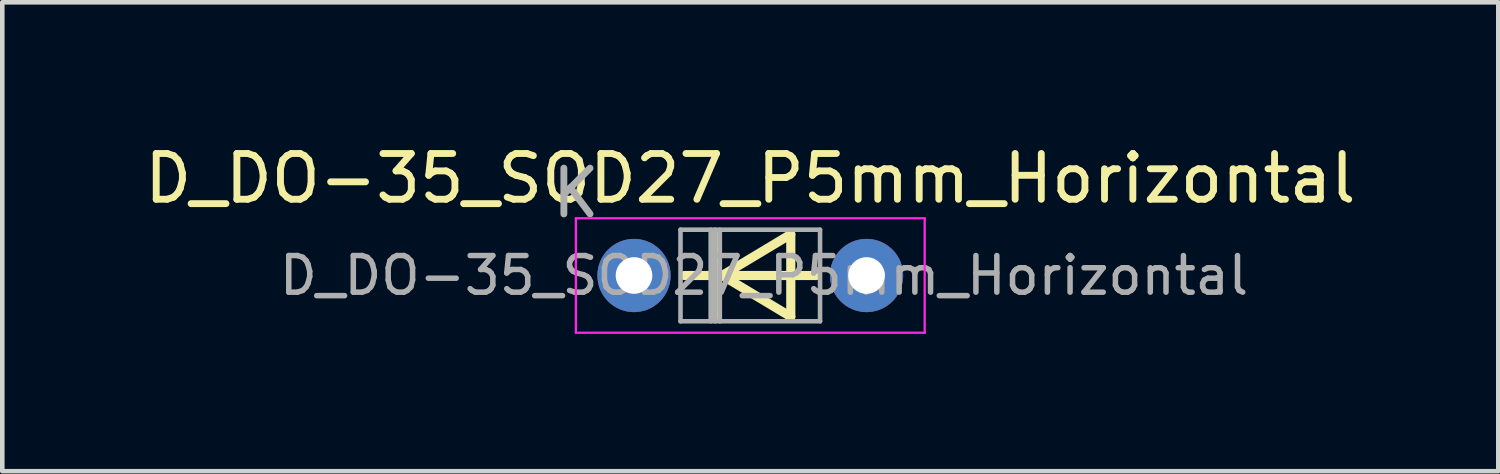
<source format=kicad_pcb>
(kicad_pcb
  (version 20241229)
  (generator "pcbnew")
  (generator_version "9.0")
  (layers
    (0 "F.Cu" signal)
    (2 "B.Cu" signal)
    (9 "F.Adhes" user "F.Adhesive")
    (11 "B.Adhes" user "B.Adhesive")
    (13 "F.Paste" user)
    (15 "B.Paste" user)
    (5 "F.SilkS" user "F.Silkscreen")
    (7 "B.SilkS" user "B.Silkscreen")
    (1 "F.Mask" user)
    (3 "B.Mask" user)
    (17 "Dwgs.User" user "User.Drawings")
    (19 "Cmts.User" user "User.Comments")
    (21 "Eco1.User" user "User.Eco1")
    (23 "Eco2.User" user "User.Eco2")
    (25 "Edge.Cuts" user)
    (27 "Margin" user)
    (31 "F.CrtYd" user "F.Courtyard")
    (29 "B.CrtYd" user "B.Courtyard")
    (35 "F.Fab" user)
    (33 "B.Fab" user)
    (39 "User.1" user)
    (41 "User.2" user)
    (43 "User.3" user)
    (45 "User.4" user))
  (footprint "D_DO-35_SOD27_P5mm_Horizontal"
    (layer "F.Cu")
    (at 10.799 2.968)
    (property "Reference" "D_DO-35_SOD27_P5mm_Horizontal" (at 2.54 -2.12 0) (layer "F.SilkS") (effects (font (size 1 1) (thickness 0.15))))
    (attr through_hole)
    (fp_line (start 1.775 -0.9) (end 1.775 0.9) (stroke (width 0.2) (type solid)) (layer "F.SilkS"))
    (fp_line (start 3.425 -0.9) (end 1.925 0) (stroke (width 0.2) (type solid)) (layer "F.SilkS"))
    (fp_line (start 3.425 0.9) (end 1.925 0) (stroke (width 0.2) (type solid)) (layer "F.SilkS"))
    (fp_line (start 3.425 0.9) (end 3.425 -0.9) (stroke (width 0.2) (type solid)) (layer "F.SilkS"))
    (fp_line (start 3.98 0) (end 1.1 0) (stroke (width 0.2) (type solid)) (layer "F.SilkS"))
    (fp_line (start -1.27 -1.25) (end -1.27 1.25) (stroke (width 0.05) (type solid)) (layer "F.CrtYd"))
    (fp_line (start -1.27 1.25) (end 6.35 1.25) (stroke (width 0.05) (type solid)) (layer "F.CrtYd"))
    (fp_line (start 6.35 -1.25) (end -1.27 -1.25) (stroke (width 0.05) (type solid)) (layer "F.CrtYd"))
    (fp_line (start 6.35 1.25) (end 6.35 -1.25) (stroke (width 0.05) (type solid)) (layer "F.CrtYd"))
    (fp_line (start 1.016 -1) (end 1.016 1) (stroke (width 0.1) (type solid)) (layer "F.Fab"))
    (fp_line (start 1.016 1) (end 4.064 1) (stroke (width 0.1) (type solid)) (layer "F.Fab"))
    (fp_line (start 1.675 -1) (end 1.675 1) (stroke (width 0.1) (type solid)) (layer "F.Fab"))
    (fp_line (start 1.775 -1) (end 1.775 1) (stroke (width 0.1) (type solid)) (layer "F.Fab"))
    (fp_line (start 1.875 -1) (end 1.875 1) (stroke (width 0.1) (type solid)) (layer "F.Fab"))
    (fp_line (start 4.064 -1) (end 1.016 -1) (stroke (width 0.1) (type solid)) (layer "F.Fab"))
    (fp_line (start 4.064 1) (end 4.064 -1) (stroke (width 0.1) (type solid)) (layer "F.Fab"))
    (fp_text user "K" (at -1.27 -1.8 0) (layer "F.Fab") (effects (font (size 1 1) (thickness 0.15))))
    (fp_text user "${REFERENCE}" (at 2.84 0 0) (layer "F.Fab") (effects (font (size 0.8 0.8) (thickness 0.12))))
    (pad "1" thru_hole circle (at 0 0) (size 1.6 1.6) (drill 0.8) (layers "*.Cu" "*.Mask"))
    (pad "2" thru_hole oval (at 5.08 0) (size 1.6 1.6) (drill 0.8) (layers "*.Cu" "*.Mask")))
  (gr_rect
    (start -3 -3)
    (end 29.679 7.243)
    (stroke (width 0.1) (type default))
    (fill no)
    (layer "Edge.Cuts")))
</source>
